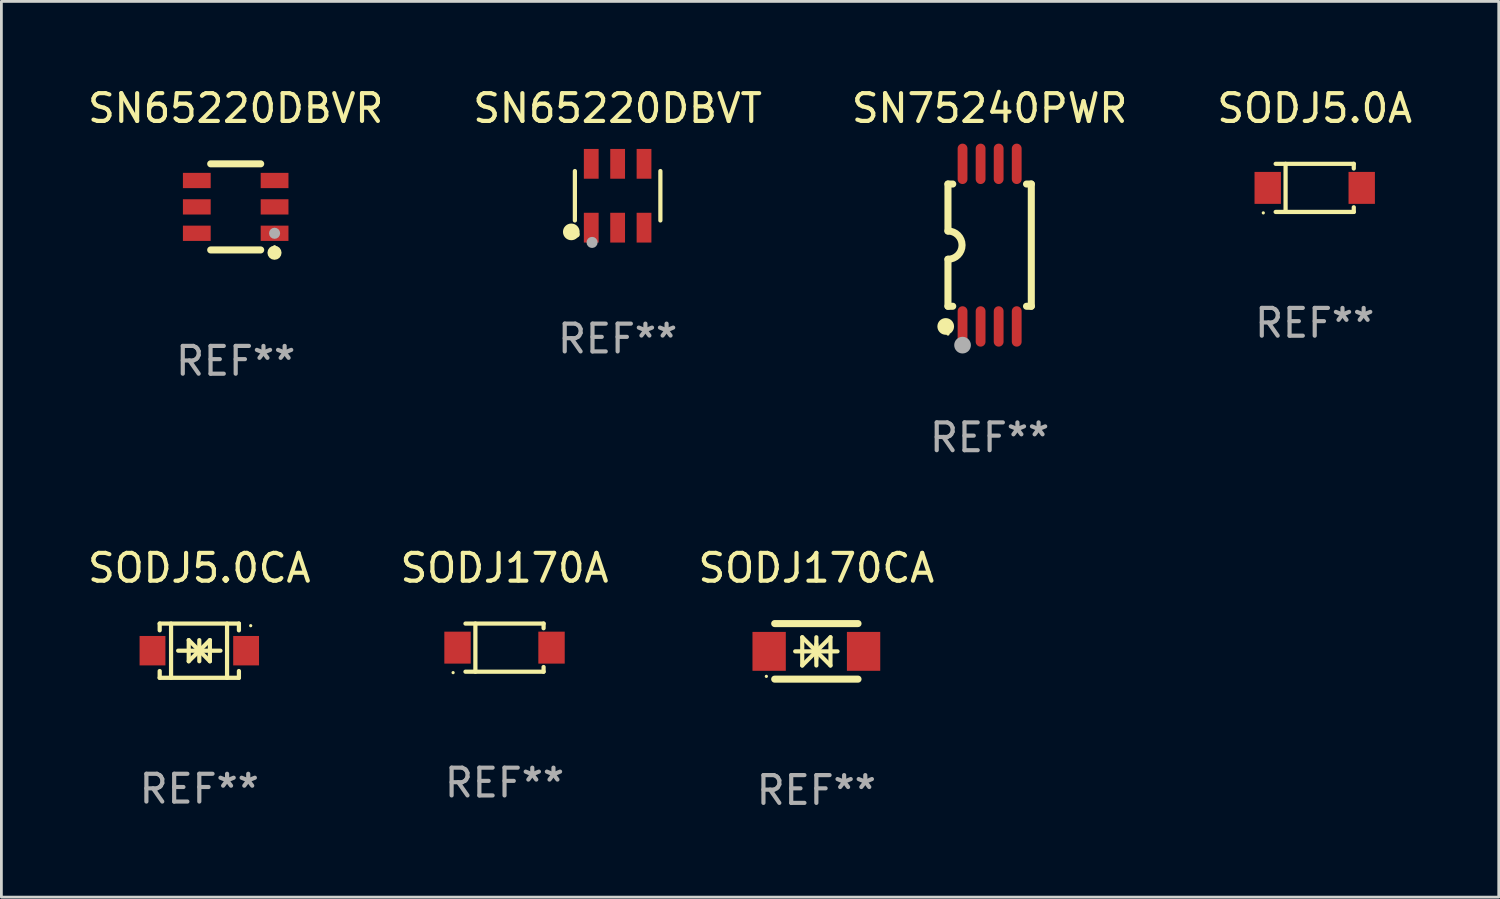
<source format=kicad_pcb>
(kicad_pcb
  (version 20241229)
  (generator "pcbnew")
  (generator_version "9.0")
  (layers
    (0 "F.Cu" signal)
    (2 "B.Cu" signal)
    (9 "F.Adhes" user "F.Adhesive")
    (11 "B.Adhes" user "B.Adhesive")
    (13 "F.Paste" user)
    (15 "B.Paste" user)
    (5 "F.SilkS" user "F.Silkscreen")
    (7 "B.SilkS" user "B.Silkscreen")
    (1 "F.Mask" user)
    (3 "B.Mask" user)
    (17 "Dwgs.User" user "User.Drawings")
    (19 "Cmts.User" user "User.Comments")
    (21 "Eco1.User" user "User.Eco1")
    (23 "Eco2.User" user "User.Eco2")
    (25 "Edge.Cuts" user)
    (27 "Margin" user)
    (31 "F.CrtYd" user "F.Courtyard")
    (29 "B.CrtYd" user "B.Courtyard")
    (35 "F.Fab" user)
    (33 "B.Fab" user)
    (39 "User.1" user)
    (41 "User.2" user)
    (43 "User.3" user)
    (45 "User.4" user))
  (footprint "SODJ170CA"
    (layer "F.Cu")
    (at 26.339 20.399)
    (property "Reference" "SODJ170CA" (at 0 -3 0) (layer "F.SilkS") (effects (font (size 1 1) (thickness 0.15))))
    (attr through_hole)
    (fp_line (start -1.5 -1) (end 1.5 -1) (stroke (width 0.254) (type solid)) (layer "F.SilkS"))
    (fp_line (start -1.5 1) (end 1.5 1) (stroke (width 0.254) (type solid)) (layer "F.SilkS"))
    (fp_line (start -0.762 0) (end 0.762 0) (stroke (width 0.15) (type solid)) (layer "F.SilkS"))
    (fp_line (start -0.508 -0.508) (end -0.508 0.508) (stroke (width 0.15) (type solid)) (layer "F.SilkS"))
    (fp_line (start 0 -0.508) (end 0 0.508) (stroke (width 0.15) (type solid)) (layer "F.SilkS"))
    (fp_line (start 0 0) (end -0.508 -0.508) (stroke (width 0.15) (type solid)) (layer "F.SilkS"))
    (fp_line (start 0 0) (end -0.508 0.508) (stroke (width 0.15) (type solid)) (layer "F.SilkS"))
    (fp_line (start 0 0) (end 0.508 -0.508) (stroke (width 0.15) (type solid)) (layer "F.SilkS"))
    (fp_line (start 0 0) (end 0.508 0.508) (stroke (width 0.15) (type solid)) (layer "F.SilkS"))
    (fp_line (start 0 0.254) (end 0 -0.254) (stroke (width 0.15) (type solid)) (layer "F.SilkS"))
    (fp_line (start 0.508 0.508) (end 0.508 -0.508) (stroke (width 0.15) (type solid)) (layer "F.SilkS"))
    (fp_circle (center -1.8 0.9) (end -1.77 0.9) (stroke (width 0.06) (type solid)) (fill no) (layer "F.SilkS"))
    (fp_text user "REF**" (at 0 5 0) (layer "F.Fab") (effects (font (size 1 1) (thickness 0.15))))
    (pad "1" smd rect (at -1.7 0) (size 1.2 1.4) (layers "F.Cu" "F.Mask" "F.Paste"))
    (pad "2" smd rect (at 1.7 0) (size 1.2 1.4) (layers "F.Cu" "F.Mask" "F.Paste")))
  (footprint "SODJ170A"
    (layer "F.Cu")
    (at 15.113 20.265)
    (property "Reference" "SODJ170A" (at 0 -2.866 0) (layer "F.SilkS") (effects (font (size 1 1) (thickness 0.15))))
    (attr through_hole)
    (fp_line (start -1.406 -0.866) (end 1.406 -0.866) (stroke (width 0.152) (type solid)) (layer "F.SilkS"))
    (fp_line (start -1.406 0.866) (end 1.406 0.866) (stroke (width 0.152) (type solid)) (layer "F.SilkS"))
    (fp_line (start -1.049 -0.866) (end -1.049 0.866) (stroke (width 0.152) (type solid)) (layer "F.SilkS"))
    (fp_line (start 1.406 -0.866) (end 1.406 -0.698) (stroke (width 0.152) (type solid)) (layer "F.SilkS"))
    (fp_line (start 1.406 0.866) (end 1.406 0.698) (stroke (width 0.152) (type solid)) (layer "F.SilkS"))
    (fp_circle (center -1.851 0.9) (end -1.821 0.9) (stroke (width 0.06) (type solid)) (fill no) (layer "F.SilkS"))
    (fp_text user "REF**" (at 0 4.866 0) (layer "F.Fab") (effects (font (size 1 1) (thickness 0.15))))
    (pad "1" smd rect (at -1.692 0) (size 0.95 1.15) (layers "F.Cu" "F.Mask" "F.Paste"))
    (pad "2" smd rect (at 1.692 0) (size 0.95 1.15) (layers "F.Cu" "F.Mask" "F.Paste")))
  (footprint "SN65220DBVT"
    (layer "F.Cu")
    (at 19.185 3.997)
    (property "Reference" "SN65220DBVT" (at 0 -3.149 0) (layer "F.SilkS") (effects (font (size 1 1) (thickness 0.15))))
    (attr through_hole)
    (fp_line (start -1.539 0.889) (end -1.539 -0.889) (stroke (width 0.152) (type solid)) (layer "F.SilkS"))
    (fp_line (start 1.539 0.889) (end 1.539 -0.889) (stroke (width 0.152) (type solid)) (layer "F.SilkS"))
    (fp_circle (center -1.668 1.301) (end -1.518 1.301) (stroke (width 0.3) (type solid)) (fill no) (layer "F.SilkS"))
    (fp_circle (center -1.463 1.4) (end -1.413 1.4) (stroke (width 0.1) (type solid)) (fill no) (layer "F.SilkS"))
    (fp_circle (center -0.92 1.68) (end -0.82 1.68) (stroke (width 0.2) (type solid)) (fill no) (layer "F.Fab"))
    (fp_text user "REF**" (at 0 5.149 0) (layer "F.Fab") (effects (font (size 1 1) (thickness 0.15))))
    (pad "1" smd rect (at -0.95 1.149) (size 0.532 1.072) (layers "F.Cu" "F.Mask" "F.Paste"))
    (pad "2" smd rect (at 0 1.149) (size 0.532 1.072) (layers "F.Cu" "F.Mask" "F.Paste"))
    (pad "3" smd rect (at 0.95 1.149) (size 0.532 1.072) (layers "F.Cu" "F.Mask" "F.Paste"))
    (pad "4" smd rect (at 0.95 -1.149) (size 0.532 1.072) (layers "F.Cu" "F.Mask" "F.Paste"))
    (pad "5" smd rect (at 0 -1.149) (size 0.532 1.072) (layers "F.Cu" "F.Mask" "F.Paste"))
    (pad "6" smd rect (at -0.95 -1.149) (size 0.532 1.072) (layers "F.Cu" "F.Mask" "F.Paste")))
  (footprint "SODJ5.0A"
    (layer "F.Cu")
    (at 44.28 3.714)
    (property "Reference" "SODJ5.0A" (at 0 -2.866 0) (layer "F.SilkS") (effects (font (size 1 1) (thickness 0.15))))
    (attr through_hole)
    (fp_line (start -1.406 -0.866) (end 1.406 -0.866) (stroke (width 0.152) (type solid)) (layer "F.SilkS"))
    (fp_line (start -1.406 0.866) (end 1.406 0.866) (stroke (width 0.152) (type solid)) (layer "F.SilkS"))
    (fp_line (start -1.049 -0.866) (end -1.049 0.866) (stroke (width 0.152) (type solid)) (layer "F.SilkS"))
    (fp_line (start 1.406 -0.866) (end 1.406 -0.698) (stroke (width 0.152) (type solid)) (layer "F.SilkS"))
    (fp_line (start 1.406 0.866) (end 1.406 0.698) (stroke (width 0.152) (type solid)) (layer "F.SilkS"))
    (fp_circle (center -1.851 0.9) (end -1.821 0.9) (stroke (width 0.06) (type solid)) (fill no) (layer "F.SilkS"))
    (fp_text user "REF**" (at 0 4.866 0) (layer "F.Fab") (effects (font (size 1 1) (thickness 0.15))))
    (pad "1" smd rect (at -1.692 0) (size 0.95 1.15) (layers "F.Cu" "F.Mask" "F.Paste"))
    (pad "2" smd rect (at 1.692 0) (size 0.95 1.15) (layers "F.Cu" "F.Mask" "F.Paste")))
  (footprint "SN75240PWR"
    (layer "F.Cu")
    (at 32.577 5.775)
    (property "Reference" "SN75240PWR" (at 0 -4.927 0) (layer "F.SilkS") (effects (font (size 1 1) (thickness 0.15))))
    (attr through_hole)
    (fp_line (start -1.5 -2.2) (end -1.5 -0.508) (stroke (width 0.254) (type solid)) (layer "F.SilkS"))
    (fp_line (start -1.5 -2.2) (end -1.328 -2.2) (stroke (width 0.254) (type solid)) (layer "F.SilkS"))
    (fp_line (start -1.5 2.2) (end -1.5 0.508) (stroke (width 0.254) (type solid)) (layer "F.SilkS"))
    (fp_line (start -1.5 2.2) (end -1.328 2.2) (stroke (width 0.254) (type solid)) (layer "F.SilkS"))
    (fp_line (start 1.328 -2.2) (end 1.5 -2.2) (stroke (width 0.254) (type solid)) (layer "F.SilkS"))
    (fp_line (start 1.328 2.2) (end 1.5 2.2) (stroke (width 0.254) (type solid)) (layer "F.SilkS"))
    (fp_line (start 1.5 -2.2) (end 1.5 2.2) (stroke (width 0.254) (type solid)) (layer "F.SilkS"))
    (fp_arc (start -1.501144 -0.508) (mid -0.993143 -0.000571) (end -1.5 0.508001) (stroke (width 0.254001) (type solid)) (layer "F.SilkS"))
    (fp_circle (center -1.581 2.927) (end -1.431 2.927) (stroke (width 0.3) (type solid)) (fill no) (layer "F.SilkS"))
    (fp_circle (center -1.5 3.2) (end -1.47 3.2) (stroke (width 0.06) (type solid)) (fill no) (layer "F.SilkS"))
    (fp_circle (center -0.975 3.6) (end -0.825 3.6) (stroke (width 0.3) (type solid)) (fill no) (layer "F.Fab"))
    (fp_text user "REF**" (at 0 6.927 0) (layer "F.Fab") (effects (font (size 1 1) (thickness 0.15))))
    (pad "1" smd oval (at -0.975 2.927) (size 0.353 1.454) (layers "F.Cu" "F.Mask" "F.Paste"))
    (pad "2" smd oval (at -0.325 2.927) (size 0.353 1.454) (layers "F.Cu" "F.Mask" "F.Paste"))
    (pad "3" smd oval (at 0.325 2.927) (size 0.353 1.454) (layers "F.Cu" "F.Mask" "F.Paste"))
    (pad "4" smd oval (at 0.975 2.927) (size 0.353 1.454) (layers "F.Cu" "F.Mask" "F.Paste"))
    (pad "5" smd oval (at 0.975 -2.927) (size 0.353 1.454) (layers "F.Cu" "F.Mask" "F.Paste"))
    (pad "6" smd oval (at 0.325 -2.927) (size 0.353 1.454) (layers "F.Cu" "F.Mask" "F.Paste"))
    (pad "7" smd oval (at -0.325 -2.927) (size 0.353 1.454) (layers "F.Cu" "F.Mask" "F.Paste"))
    (pad "8" smd oval (at -0.975 -2.927) (size 0.353 1.454) (layers "F.Cu" "F.Mask" "F.Paste")))
  (footprint "SN65220DBVR"
    (layer "F.Cu")
    (at 5.435 4.398)
    (property "Reference" "SN65220DBVR" (at 0 -3.55 0) (layer "F.SilkS") (effects (font (size 1 1) (thickness 0.15))))
    (attr through_hole)
    (fp_line (start -0.9 -1.55) (end 0.9 -1.55) (stroke (width 0.254) (type solid)) (layer "F.SilkS"))
    (fp_line (start -0.9 1.55) (end 0.9 1.55) (stroke (width 0.254) (type solid)) (layer "F.SilkS"))
    (fp_circle (center 1.397 1.651) (end 1.524 1.651) (stroke (width 0.254) (type solid)) (fill no) (layer "F.SilkS"))
    (fp_circle (center 1.4 1.435) (end 1.43 1.435) (stroke (width 0.06) (type solid)) (fill no) (layer "F.SilkS"))
    (fp_circle (center 1.4 0.95) (end 1.5 0.95) (stroke (width 0.2) (type solid)) (fill no) (layer "F.Fab"))
    (fp_text user "REF**" (at 0 5.55 0) (layer "F.Fab") (effects (font (size 1 1) (thickness 0.15))))
    (pad "1" smd rect (at 1.4 0.95) (size 1 0.55) (layers "F.Cu" "F.Mask" "F.Paste"))
    (pad "2" smd rect (at 1.4 -0.000102) (size 1 0.55) (layers "F.Cu" "F.Mask" "F.Paste"))
    (pad "3" smd rect (at 1.4 -0.95) (size 1 0.55) (layers "F.Cu" "F.Mask" "F.Paste"))
    (pad "4" smd rect (at -1.4 -0.95) (size 1 0.55) (layers "F.Cu" "F.Mask" "F.Paste"))
    (pad "5" smd rect (at -1.4 -0.000102) (size 1 0.55) (layers "F.Cu" "F.Mask" "F.Paste"))
    (pad "6" smd rect (at -1.4 0.95) (size 1 0.55) (layers "F.Cu" "F.Mask" "F.Paste")))
  (footprint "SODJ5.0CA"
    (layer "F.Cu")
    (at 4.125 20.375)
    (property "Reference" "SODJ5.0CA" (at 0 -2.976 0) (layer "F.SilkS") (effects (font (size 1 1) (thickness 0.15))))
    (attr through_hole)
    (fp_line (start -1.426 -0.976) (end -1.426 -0.733) (stroke (width 0.152) (type solid)) (layer "F.SilkS"))
    (fp_line (start -1.426 -0.976) (end 1.426 -0.976) (stroke (width 0.152) (type solid)) (layer "F.SilkS"))
    (fp_line (start -1.426 0.976) (end -1.426 0.733) (stroke (width 0.152) (type solid)) (layer "F.SilkS"))
    (fp_line (start -1.426 0.976) (end 1.426 0.976) (stroke (width 0.152) (type solid)) (layer "F.SilkS"))
    (fp_line (start -1.017 -0.976) (end -1.017 0.976) (stroke (width 0.152) (type solid)) (layer "F.SilkS"))
    (fp_line (start -0.762 0) (end 0.762 0) (stroke (width 0.15) (type solid)) (layer "F.SilkS"))
    (fp_line (start -0.381 -0.381) (end 0 0) (stroke (width 0.15) (type solid)) (layer "F.SilkS"))
    (fp_line (start -0.381 0.381) (end -0.381 -0.381) (stroke (width 0.15) (type solid)) (layer "F.SilkS"))
    (fp_line (start 0 -0.381) (end 0 0.381) (stroke (width 0.15) (type solid)) (layer "F.SilkS"))
    (fp_line (start 0 0) (end -0.381 0.381) (stroke (width 0.15) (type solid)) (layer "F.SilkS"))
    (fp_line (start 0 0) (end 0.381 -0.381) (stroke (width 0.15) (type solid)) (layer "F.SilkS"))
    (fp_line (start 0.381 -0.381) (end 0.381 0.381) (stroke (width 0.15) (type solid)) (layer "F.SilkS"))
    (fp_line (start 0.381 0.381) (end 0 0) (stroke (width 0.15) (type solid)) (layer "F.SilkS"))
    (fp_line (start 0.999 -0.976) (end 0.999 0.976) (stroke (width 0.152) (type solid)) (layer "F.SilkS"))
    (fp_line (start 1.426 -0.976) (end 1.426 -0.733) (stroke (width 0.152) (type solid)) (layer "F.SilkS"))
    (fp_line (start 1.426 0.976) (end 1.426 0.733) (stroke (width 0.152) (type solid)) (layer "F.SilkS"))
    (fp_circle (center 1.85 -0.9) (end 1.88 -0.9) (stroke (width 0.06) (type solid)) (fill no) (layer "F.SilkS"))
    (fp_text user "REF**" (at 0 4.976 0) (layer "F.Fab") (effects (font (size 1 1) (thickness 0.15))))
    (pad "1" smd rect (at 1.685 0 180) (size 0.93 1.06) (layers "F.Cu" "F.Mask" "F.Paste"))
    (pad "2" smd rect (at -1.685 0 180) (size 0.93 1.06) (layers "F.Cu" "F.Mask" "F.Paste")))
  (gr_rect
    (start -3 -3)
    (end 50.905 29.247)
    (stroke (width 0.1) (type default))
    (fill no)
    (layer "Edge.Cuts")))
</source>
